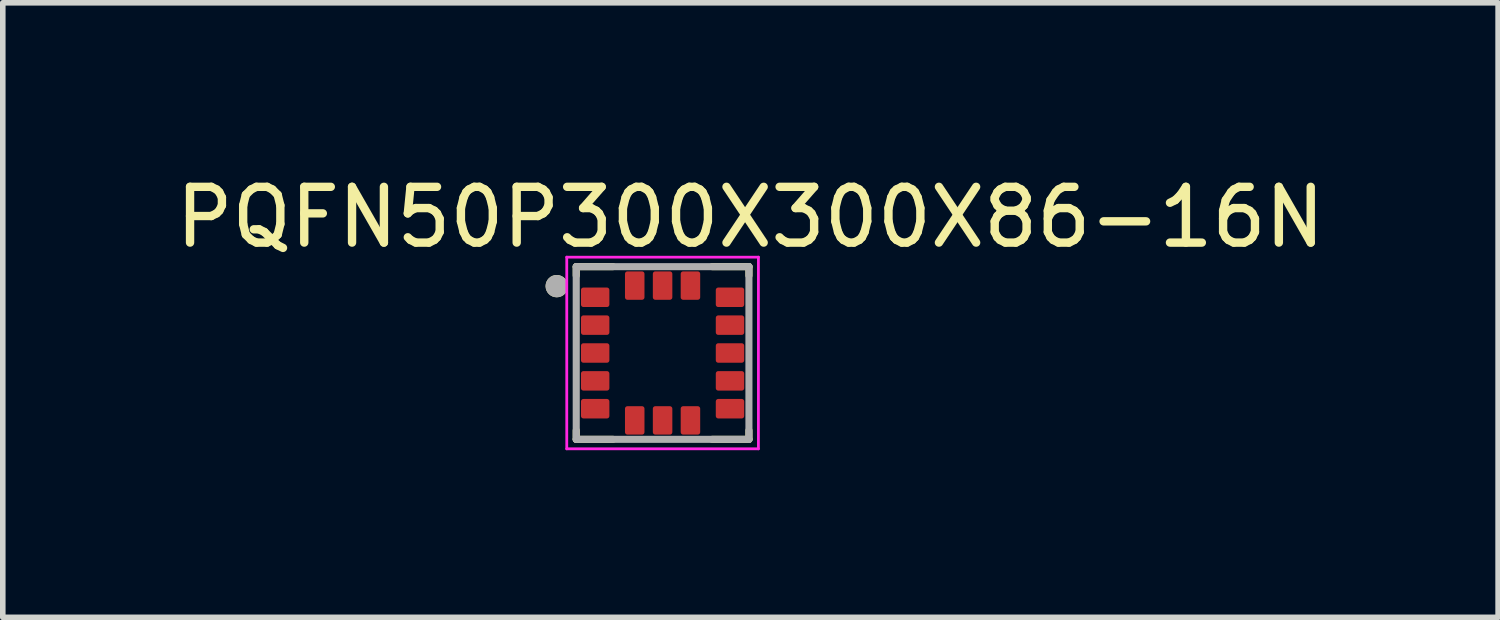
<source format=kicad_pcb>
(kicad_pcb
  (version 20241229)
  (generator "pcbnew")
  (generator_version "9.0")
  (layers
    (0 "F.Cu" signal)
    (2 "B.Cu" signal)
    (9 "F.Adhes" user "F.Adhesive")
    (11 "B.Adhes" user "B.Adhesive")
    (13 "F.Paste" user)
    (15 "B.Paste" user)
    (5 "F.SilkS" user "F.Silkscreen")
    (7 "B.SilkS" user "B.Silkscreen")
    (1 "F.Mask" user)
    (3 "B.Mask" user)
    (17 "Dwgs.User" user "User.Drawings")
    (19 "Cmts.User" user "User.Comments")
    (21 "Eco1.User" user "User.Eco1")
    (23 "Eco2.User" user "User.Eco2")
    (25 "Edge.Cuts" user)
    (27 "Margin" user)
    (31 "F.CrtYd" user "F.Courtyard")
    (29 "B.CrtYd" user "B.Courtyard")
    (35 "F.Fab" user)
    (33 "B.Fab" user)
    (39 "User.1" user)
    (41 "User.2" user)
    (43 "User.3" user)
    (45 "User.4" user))
  (footprint "PQFN50P300X300X86-16N"
    (layer "F.Cu")
    (at 8.843 3.286)
    (property "Reference" "PQFN50P300X300X86-16N" (at 1.576 -2.437 0) (layer "F.SilkS") (effects (font (size 1.001 1.001) (thickness 0.15))))
    (attr smd)
    (fp_line (start -1.55 -1.55) (end -1.55 -1.39) (stroke (width 0.127) (type solid)) (layer "F.SilkS"))
    (fp_line (start -1.55 1.55) (end -1.55 1.39) (stroke (width 0.127) (type solid)) (layer "F.SilkS"))
    (fp_line (start -0.89 -1.55) (end -1.55 -1.55) (stroke (width 0.127) (type solid)) (layer "F.SilkS"))
    (fp_line (start -0.89 1.55) (end -1.55 1.55) (stroke (width 0.127) (type solid)) (layer "F.SilkS"))
    (fp_line (start 0.89 -1.55) (end 1.55 -1.55) (stroke (width 0.127) (type solid)) (layer "F.SilkS"))
    (fp_line (start 0.89 1.55) (end 1.55 1.55) (stroke (width 0.127) (type solid)) (layer "F.SilkS"))
    (fp_line (start 1.55 -1.55) (end 1.55 -1.39) (stroke (width 0.127) (type solid)) (layer "F.SilkS"))
    (fp_line (start 1.55 1.55) (end 1.55 1.39) (stroke (width 0.127) (type solid)) (layer "F.SilkS"))
    (fp_circle (center -1.9 -1.2) (end -1.8 -1.2) (stroke (width 0.2) (type solid)) (fill no) (layer "F.SilkS"))
    (fp_line (start -1.72 -1.72) (end 1.72 -1.72) (stroke (width 0.05) (type solid)) (layer "F.CrtYd"))
    (fp_line (start -1.72 1.72) (end -1.72 -1.72) (stroke (width 0.05) (type solid)) (layer "F.CrtYd"))
    (fp_line (start 1.72 -1.72) (end 1.72 1.72) (stroke (width 0.05) (type solid)) (layer "F.CrtYd"))
    (fp_line (start 1.72 1.72) (end -1.72 1.72) (stroke (width 0.05) (type solid)) (layer "F.CrtYd"))
    (fp_line (start -1.55 -1.55) (end 1.55 -1.55) (stroke (width 0.127) (type solid)) (layer "F.Fab"))
    (fp_line (start -1.55 1.55) (end -1.55 -1.55) (stroke (width 0.127) (type solid)) (layer "F.Fab"))
    (fp_line (start 1.55 -1.55) (end 1.55 1.55) (stroke (width 0.127) (type solid)) (layer "F.Fab"))
    (fp_line (start 1.55 1.55) (end -1.55 1.55) (stroke (width 0.127) (type solid)) (layer "F.Fab"))
    (fp_circle (center -1.9 -1.2) (end -1.8 -1.2) (stroke (width 0.2) (type solid)) (fill no) (layer "F.Fab"))
    (pad "1" smd roundrect (at -1.21 -1) (size 0.51 0.35) (layers "F.Cu" "F.Mask" "F.Paste") (roundrect_rratio 0.125))
    (pad "2" smd roundrect (at -1.21 -0.5) (size 0.51 0.35) (layers "F.Cu" "F.Mask" "F.Paste") (roundrect_rratio 0.125))
    (pad "3" smd roundrect (at -1.21 0) (size 0.51 0.35) (layers "F.Cu" "F.Mask" "F.Paste") (roundrect_rratio 0.125))
    (pad "4" smd roundrect (at -1.21 0.5) (size 0.51 0.35) (layers "F.Cu" "F.Mask" "F.Paste") (roundrect_rratio 0.125))
    (pad "5" smd roundrect (at -1.21 1) (size 0.51 0.35) (layers "F.Cu" "F.Mask" "F.Paste") (roundrect_rratio 0.125))
    (pad "6" smd roundrect (at -0.5 1.21) (size 0.35 0.51) (layers "F.Cu" "F.Mask" "F.Paste") (roundrect_rratio 0.125))
    (pad "7" smd roundrect (at 0 1.21) (size 0.35 0.51) (layers "F.Cu" "F.Mask" "F.Paste") (roundrect_rratio 0.125))
    (pad "8" smd roundrect (at 0.5 1.21) (size 0.35 0.51) (layers "F.Cu" "F.Mask" "F.Paste") (roundrect_rratio 0.125))
    (pad "9" smd roundrect (at 1.21 1) (size 0.51 0.35) (layers "F.Cu" "F.Mask" "F.Paste") (roundrect_rratio 0.125))
    (pad "10" smd roundrect (at 1.21 0.5) (size 0.51 0.35) (layers "F.Cu" "F.Mask" "F.Paste") (roundrect_rratio 0.125))
    (pad "11" smd roundrect (at 1.21 0) (size 0.51 0.35) (layers "F.Cu" "F.Mask" "F.Paste") (roundrect_rratio 0.125))
    (pad "12" smd roundrect (at 1.21 -0.5) (size 0.51 0.35) (layers "F.Cu" "F.Mask" "F.Paste") (roundrect_rratio 0.125))
    (pad "13" smd roundrect (at 1.21 -1) (size 0.51 0.35) (layers "F.Cu" "F.Mask" "F.Paste") (roundrect_rratio 0.125))
    (pad "14" smd roundrect (at 0.5 -1.21) (size 0.35 0.51) (layers "F.Cu" "F.Mask" "F.Paste") (roundrect_rratio 0.125))
    (pad "15" smd roundrect (at 0 -1.21) (size 0.35 0.51) (layers "F.Cu" "F.Mask" "F.Paste") (roundrect_rratio 0.125))
    (pad "16" smd roundrect (at -0.5 -1.21) (size 0.35 0.51) (layers "F.Cu" "F.Mask" "F.Paste") (roundrect_rratio 0.125)))
  (gr_rect
    (start -3 -3)
    (end 23.84 8.031)
    (stroke (width 0.1) (type default))
    (fill no)
    (layer "Edge.Cuts")))
</source>
